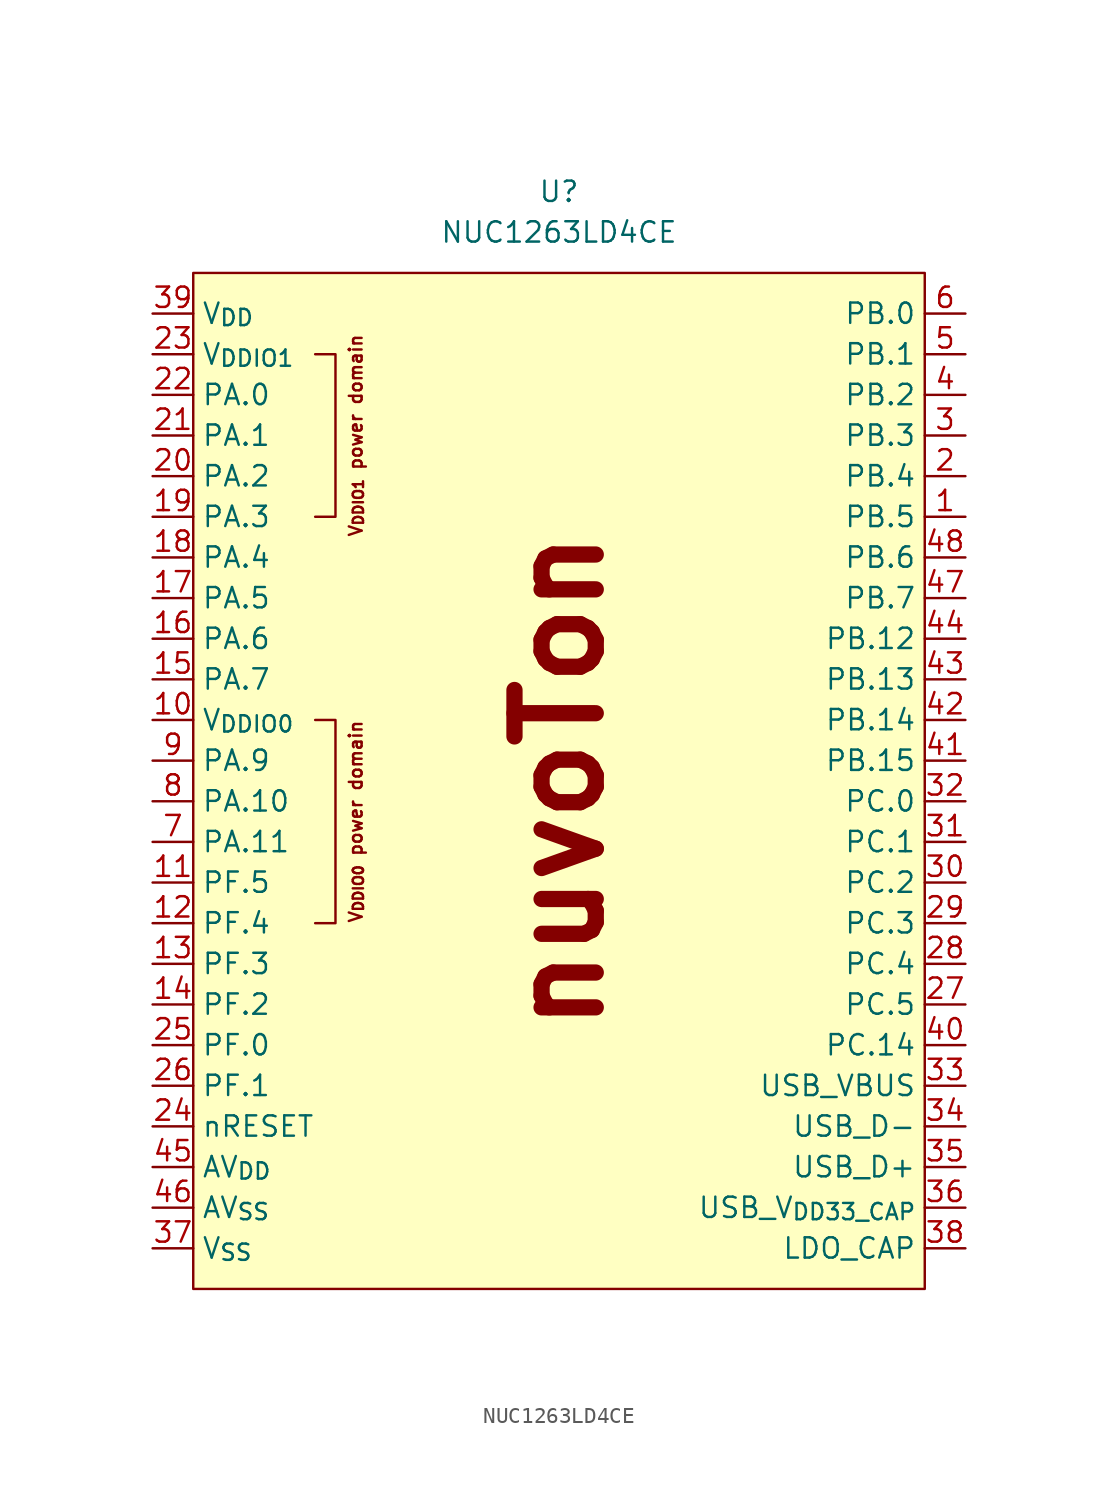
<source format=kicad_sym>
(kicad_symbol_lib
  (version 20231120)
  (generator "kicad_symbol_editor")
  (generator_version "8.0")
  (symbol "NUC1263LD4CE"
    (property "Reference" "U"
      (at 25.4 7.62 0)
      (effects (font (size 1.27 1.27))))
    (property "Value" "NUC1263LD4CE"
      (at 25.4 5.08 0)
      (effects (font (size 1.27 1.27))))
    (symbol "NUC1263LD4CE_0_0"
      (pin bidirectional line (at 50.8 -12.7 180) (length 2.54) (name "PB.5" (effects (font (size 1.27 1.27)))) (number "1" (effects (font (size 1.27 1.27)))))
      (pin bidirectional line (at 0 -35.56 0) (length 2.54) (name "PF.5" (effects (font (size 1.27 1.27)))) (number "11" (effects (font (size 1.27 1.27)))))
      (pin bidirectional line (at 0 -38.1 0) (length 2.54) (name "PF.4" (effects (font (size 1.27 1.27)))) (number "12" (effects (font (size 1.27 1.27)))))
      (pin bidirectional line (at 0 -40.64 0) (length 2.54) (name "PF.3" (effects (font (size 1.27 1.27)))) (number "13" (effects (font (size 1.27 1.27)))))
      (pin bidirectional line (at 0 -43.18 0) (length 2.54) (name "PF.2" (effects (font (size 1.27 1.27)))) (number "14" (effects (font (size 1.27 1.27)))))
      (pin bidirectional line (at 0 -22.86 0) (length 2.54) (name "PA.7" (effects (font (size 1.27 1.27)))) (number "15" (effects (font (size 1.27 1.27)))))
      (pin bidirectional line (at 0 -20.32 0) (length 2.54) (name "PA.6" (effects (font (size 1.27 1.27)))) (number "16" (effects (font (size 1.27 1.27)))))
      (pin bidirectional line (at 0 -17.78 0) (length 2.54) (name "PA.5" (effects (font (size 1.27 1.27)))) (number "17" (effects (font (size 1.27 1.27)))))
      (pin bidirectional line (at 0 -15.24 0) (length 2.54) (name "PA.4" (effects (font (size 1.27 1.27)))) (number "18" (effects (font (size 1.27 1.27)))))
      (pin bidirectional line (at 0 -12.7 0) (length 2.54) (name "PA.3" (effects (font (size 1.27 1.27)))) (number "19" (effects (font (size 1.27 1.27)))))
      (pin bidirectional line (at 50.8 -10.16 180) (length 2.54) (name "PB.4" (effects (font (size 1.27 1.27)))) (number "2" (effects (font (size 1.27 1.27)))))
      (pin bidirectional line (at 0 -10.16 0) (length 2.54) (name "PA.2" (effects (font (size 1.27 1.27)))) (number "20" (effects (font (size 1.27 1.27)))))
      (pin bidirectional line (at 0 -7.62 0) (length 2.54) (name "PA.1" (effects (font (size 1.27 1.27)))) (number "21" (effects (font (size 1.27 1.27)))))
      (pin bidirectional line (at 0 -5.08 0) (length 2.54) (name "PA.0" (effects (font (size 1.27 1.27)))) (number "22" (effects (font (size 1.27 1.27)))))
      (pin bidirectional line (at 0 -50.8 0) (length 2.54) (name "nRESET" (effects (font (size 1.27 1.27)))) (number "24" (effects (font (size 1.27 1.27)))))
      (pin bidirectional line (at 0 -45.72 0) (length 2.54) (name "PF.0" (effects (font (size 1.27 1.27)))) (number "25" (effects (font (size 1.27 1.27)))))
      (pin bidirectional line (at 0 -48.26 0) (length 2.54) (name "PF.1" (effects (font (size 1.27 1.27)))) (number "26" (effects (font (size 1.27 1.27)))))
      (pin bidirectional line (at 50.8 -43.18 180) (length 2.54) (name "PC.5" (effects (font (size 1.27 1.27)))) (number "27" (effects (font (size 1.27 1.27)))))
      (pin bidirectional line (at 50.8 -40.64 180) (length 2.54) (name "PC.4" (effects (font (size 1.27 1.27)))) (number "28" (effects (font (size 1.27 1.27)))))
      (pin bidirectional line (at 50.8 -38.1 180) (length 2.54) (name "PC.3" (effects (font (size 1.27 1.27)))) (number "29" (effects (font (size 1.27 1.27)))))
      (pin bidirectional line (at 50.8 -7.62 180) (length 2.54) (name "PB.3" (effects (font (size 1.27 1.27)))) (number "3" (effects (font (size 1.27 1.27)))))
      (pin bidirectional line (at 50.8 -35.56 180) (length 2.54) (name "PC.2" (effects (font (size 1.27 1.27)))) (number "30" (effects (font (size 1.27 1.27)))))
      (pin bidirectional line (at 50.8 -33.02 180) (length 2.54) (name "PC.1" (effects (font (size 1.27 1.27)))) (number "31" (effects (font (size 1.27 1.27)))))
      (pin bidirectional line (at 50.8 -30.48 180) (length 2.54) (name "PC.0" (effects (font (size 1.27 1.27)))) (number "32" (effects (font (size 1.27 1.27)))))
      (pin bidirectional line (at 50.8 -50.8 180) (length 2.54) (name "USB_D-" (effects (font (size 1.27 1.27)))) (number "34" (effects (font (size 1.27 1.27)))))
      (pin bidirectional line (at 50.8 -53.34 180) (length 2.54) (name "USB_D+" (effects (font (size 1.27 1.27)))) (number "35" (effects (font (size 1.27 1.27)))))
      (pin bidirectional line (at 50.8 -58.42 180) (length 2.54) (name "LDO_CAP" (effects (font (size 1.27 1.27)))) (number "38" (effects (font (size 1.27 1.27)))))
      (pin bidirectional line (at 50.8 -5.08 180) (length 2.54) (name "PB.2" (effects (font (size 1.27 1.27)))) (number "4" (effects (font (size 1.27 1.27)))))
      (pin bidirectional line (at 50.8 -45.72 180) (length 2.54) (name "PC.14" (effects (font (size 1.27 1.27)))) (number "40" (effects (font (size 1.27 1.27)))))
      (pin bidirectional line (at 50.8 -27.94 180) (length 2.54) (name "PB.15" (effects (font (size 1.27 1.27)))) (number "41" (effects (font (size 1.27 1.27)))))
      (pin bidirectional line (at 50.8 -25.4 180) (length 2.54) (name "PB.14" (effects (font (size 1.27 1.27)))) (number "42" (effects (font (size 1.27 1.27)))))
      (pin bidirectional line (at 50.8 -22.86 180) (length 2.54) (name "PB.13" (effects (font (size 1.27 1.27)))) (number "43" (effects (font (size 1.27 1.27)))))
      (pin bidirectional line (at 50.8 -20.32 180) (length 2.54) (name "PB.12" (effects (font (size 1.27 1.27)))) (number "44" (effects (font (size 1.27 1.27)))))
      (pin bidirectional line (at 50.8 -17.78 180) (length 2.54) (name "PB.7" (effects (font (size 1.27 1.27)))) (number "47" (effects (font (size 1.27 1.27)))))
      (pin bidirectional line (at 50.8 -15.24 180) (length 2.54) (name "PB.6" (effects (font (size 1.27 1.27)))) (number "48" (effects (font (size 1.27 1.27)))))
      (pin bidirectional line (at 50.8 -2.54 180) (length 2.54) (name "PB.1" (effects (font (size 1.27 1.27)))) (number "5" (effects (font (size 1.27 1.27)))))
      (pin bidirectional line (at 50.8 0 180) (length 2.54) (name "PB.0" (effects (font (size 1.27 1.27)))) (number "6" (effects (font (size 1.27 1.27)))))
      (pin bidirectional line (at 0 -33.02 0) (length 2.54) (name "PA.11" (effects (font (size 1.27 1.27)))) (number "7" (effects (font (size 1.27 1.27)))))
      (pin bidirectional line (at 0 -30.48 0) (length 2.54) (name "PA.10" (effects (font (size 1.27 1.27)))) (number "8" (effects (font (size 1.27 1.27)))))
      (pin bidirectional line (at 0 -27.94 0) (length 2.54) (name "PA.9" (effects (font (size 1.27 1.27)))) (number "9" (effects (font (size 1.27 1.27))))))
    (symbol "NUC1263LD4CE_0_1"
      (polyline (pts (xy 10.16 -25.4) (xy 11.43 -25.4) (xy 11.43 -38.1) (xy 10.16 -38.1)) (stroke (width 0) (type default)) (fill (type none)))
      (polyline (pts (xy 10.16 -2.54) (xy 11.43 -2.54) (xy 11.43 -12.7) (xy 10.16 -12.7)) (stroke (width 0) (type default)) (fill (type none))))
    (symbol "NUC1263LD4CE_1_0"
      (pin power_in line (at 0 -25.4 0) (length 2.54) (name "V_{DDIO0}" (effects (font (size 1.27 1.27)))) (number "10" (effects (font (size 1.27 1.27)))))
      (pin power_in line (at 0 -2.54 0) (length 2.54) (name "V_{DDIO1}" (effects (font (size 1.27 1.27)))) (number "23" (effects (font (size 1.27 1.27)))))
      (pin power_in line (at 50.8 -48.26 180) (length 2.54) (name "USB_VBUS" (effects (font (size 1.27 1.27)))) (number "33" (effects (font (size 1.27 1.27)))))
      (pin bidirectional line (at 50.8 -55.88 180) (length 2.54) (name "USB_V_{DD33_CAP}" (effects (font (size 1.27 1.27)))) (number "36" (effects (font (size 1.27 1.27)))))
      (pin power_in line (at 0 -58.42 0) (length 2.54) (name "V_{SS}" (effects (font (size 1.27 1.27)))) (number "37" (effects (font (size 1.27 1.27)))))
      (pin power_in line (at 0 0 0) (length 2.54) (name "V_{DD}" (effects (font (size 1.27 1.27)))) (number "39" (effects (font (size 1.27 1.27)))))
      (pin power_in line (at 0 -53.34 0) (length 2.54) (name "AV_{DD}" (effects (font (size 1.27 1.27)))) (number "45" (effects (font (size 1.27 1.27)))))
      (pin power_in line (at 0 -55.88 0) (length 2.54) (name "AV_{SS}" (effects (font (size 1.27 1.27)))) (number "46" (effects (font (size 1.27 1.27))))))
    (symbol "NUC1263LD4CE_1_1"
      (rectangle (start 2.54 2.54) (end 48.26 -60.96) (stroke (width 0) (type default)) (fill (type background)))
      (text "nuvoTon" (at 25.4 -29.21 900) (effects (font (size 5.08 5.08) (thickness 1.016) (bold yes))))
      (text "V_{DDIO0} power domain" (at 12.7 -31.75 900) (effects (font (size 0.8 0.8))))
      (text "V_{DDIO1} power domain" (at 12.7 -7.62 900) (effects (font (size 0.8 0.8)))))))
</source>
